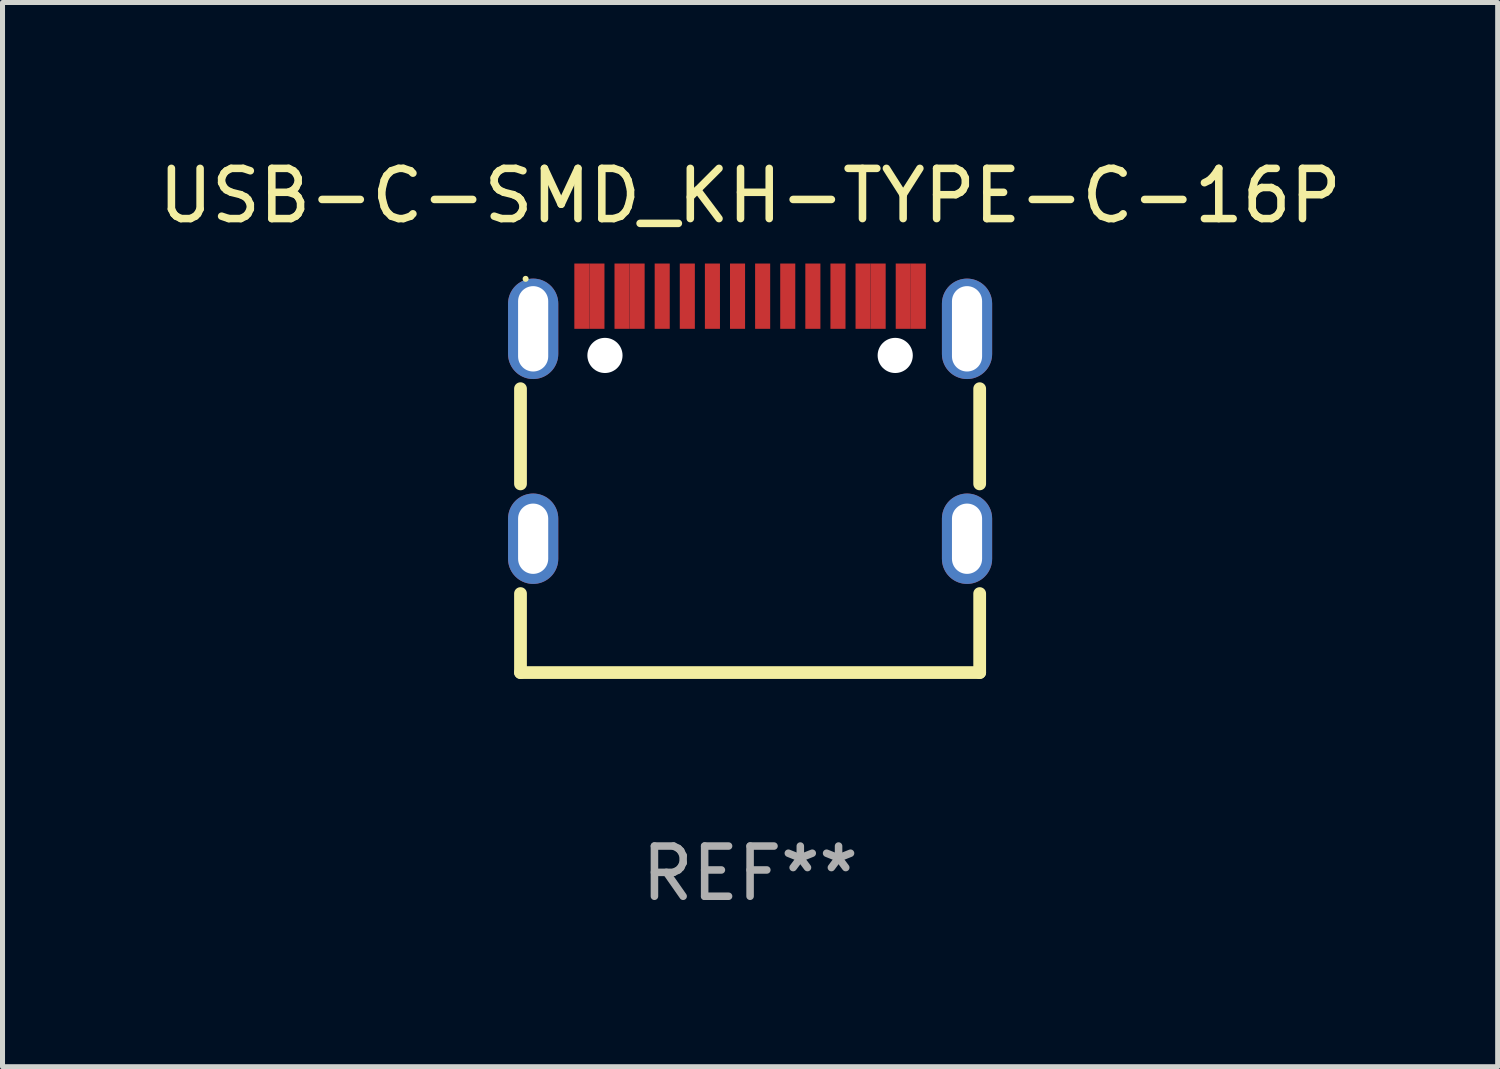
<source format=kicad_pcb>
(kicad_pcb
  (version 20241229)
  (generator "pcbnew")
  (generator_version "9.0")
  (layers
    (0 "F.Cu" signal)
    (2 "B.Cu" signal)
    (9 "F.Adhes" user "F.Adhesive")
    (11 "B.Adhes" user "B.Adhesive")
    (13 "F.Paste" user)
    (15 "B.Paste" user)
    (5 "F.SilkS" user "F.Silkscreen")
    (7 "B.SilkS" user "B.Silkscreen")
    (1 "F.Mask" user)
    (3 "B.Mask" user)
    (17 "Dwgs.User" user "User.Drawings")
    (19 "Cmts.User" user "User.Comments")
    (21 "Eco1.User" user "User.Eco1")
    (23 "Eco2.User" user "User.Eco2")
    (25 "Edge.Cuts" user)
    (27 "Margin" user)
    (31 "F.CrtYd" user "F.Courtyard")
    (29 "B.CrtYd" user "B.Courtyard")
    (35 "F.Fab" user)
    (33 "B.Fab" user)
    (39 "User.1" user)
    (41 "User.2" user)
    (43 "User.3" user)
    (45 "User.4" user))
  (footprint "USB-C-SMD_KH-TYPE-C-16P"
    (layer "F.Cu")
    (at 11.887 5.263)
    (property "Reference" "USB-C-SMD_KH-TYPE-C-16P" (at -0.000025 -4.415 0) (layer "F.SilkS") (effects (font (size 1 1) (thickness 0.15))))
    (attr through_hole)
    (fp_line (start -4.572 -0.573) (end -4.572 1.323) (stroke (width 0.254) (type solid)) (layer "F.SilkS"))
    (fp_line (start -4.572 3.507) (end -4.572 5.08) (stroke (width 0.254) (type solid)) (layer "F.SilkS"))
    (fp_line (start -4.572 5.08) (end 4.572 5.08) (stroke (width 0.254) (type solid)) (layer "F.SilkS"))
    (fp_line (start 4.572 1.323) (end 4.572 -0.573) (stroke (width 0.254) (type solid)) (layer "F.SilkS"))
    (fp_line (start 4.572 5.08) (end 4.572 3.507) (stroke (width 0.254) (type solid)) (layer "F.SilkS"))
    (fp_circle (center -4.47 -2.76) (end -4.44 -2.76) (stroke (width 0.06) (type solid)) (fill no) (layer "F.SilkS"))
    (fp_circle (center -2.89 -1.235) (end -2.765 -1.235) (stroke (width 0.25) (type solid)) (fill no) (layer "F.Fab"))
    (fp_circle (center 2.89 -1.235) (end 3.015 -1.235) (stroke (width 0.25) (type solid)) (fill no) (layer "F.Fab"))
    (fp_text user "REF**" (at -0.000025 9.08 0) (layer "F.Fab") (effects (font (size 1 1) (thickness 0.15))))
    (pad "" np_thru_hole circle (at -2.89 -1.235) (size 0.7 0.7) (drill 0.7) (layers "*.Cu" "*.Mask"))
    (pad "" np_thru_hole circle (at 2.89 -1.235) (size 0.7 0.7) (drill 0.7) (layers "*.Cu" "*.Mask"))
    (pad "1" thru_hole oval (at -4.32 -1.765) (size 1 2) (drill oval 0.6 1.7) (layers "*.Cu" "*.Mask"))
    (pad "2" thru_hole oval (at 4.32 -1.765) (size 1 2) (drill oval 0.6 1.7) (layers "*.Cu" "*.Mask"))
    (pad "3" thru_hole oval (at -4.32 2.415) (size 1 1.8) (drill oval 0.6 1.4) (layers "*.Cu" "*.Mask"))
    (pad "4" thru_hole oval (at 4.32 2.415) (size 1 1.8) (drill oval 0.6 1.4) (layers "*.Cu" "*.Mask"))
    (pad "A1" smd rect (at -3.35 -2.415) (size 0.3 1.3) (layers "F.Cu" "F.Mask" "F.Paste"))
    (pad "A4" smd rect (at -2.55 -2.415) (size 0.3 1.3) (layers "F.Cu" "F.Mask" "F.Paste"))
    (pad "A5" smd rect (at -1.25 -2.415) (size 0.3 1.3) (layers "F.Cu" "F.Mask" "F.Paste"))
    (pad "A6" smd rect (at -0.25 -2.415) (size 0.3 1.3) (layers "F.Cu" "F.Mask" "F.Paste"))
    (pad "A7" smd rect (at 0.25 -2.415) (size 0.3 1.3) (layers "F.Cu" "F.Mask" "F.Paste"))
    (pad "A8" smd rect (at 1.25 -2.415) (size 0.3 1.3) (layers "F.Cu" "F.Mask" "F.Paste"))
    (pad "A9" smd rect (at 2.55 -2.415) (size 0.3 1.3) (layers "F.Cu" "F.Mask" "F.Paste"))
    (pad "A12" smd rect (at 3.35 -2.415) (size 0.3 1.3) (layers "F.Cu" "F.Mask" "F.Paste"))
    (pad "B1" smd rect (at 3.05 -2.415) (size 0.3 1.3) (layers "F.Cu" "F.Mask" "F.Paste"))
    (pad "B4" smd rect (at 2.25 -2.415) (size 0.3 1.3) (layers "F.Cu" "F.Mask" "F.Paste"))
    (pad "B5" smd rect (at 1.75 -2.415) (size 0.3 1.3) (layers "F.Cu" "F.Mask" "F.Paste"))
    (pad "B6" smd rect (at 0.75 -2.415) (size 0.3 1.3) (layers "F.Cu" "F.Mask" "F.Paste"))
    (pad "B7" smd rect (at -0.75 -2.415) (size 0.3 1.3) (layers "F.Cu" "F.Mask" "F.Paste"))
    (pad "B8" smd rect (at -1.75 -2.415) (size 0.3 1.3) (layers "F.Cu" "F.Mask" "F.Paste"))
    (pad "B9" smd rect (at -2.25 -2.415) (size 0.3 1.3) (layers "F.Cu" "F.Mask" "F.Paste"))
    (pad "B12" smd rect (at -3.05 -2.415) (size 0.3 1.3) (layers "F.Cu" "F.Mask" "F.Paste")))
  (gr_rect
    (start -3 -3)
    (end 26.774 18.192)
    (stroke (width 0.1) (type default))
    (fill no)
    (layer "Edge.Cuts")))
</source>
